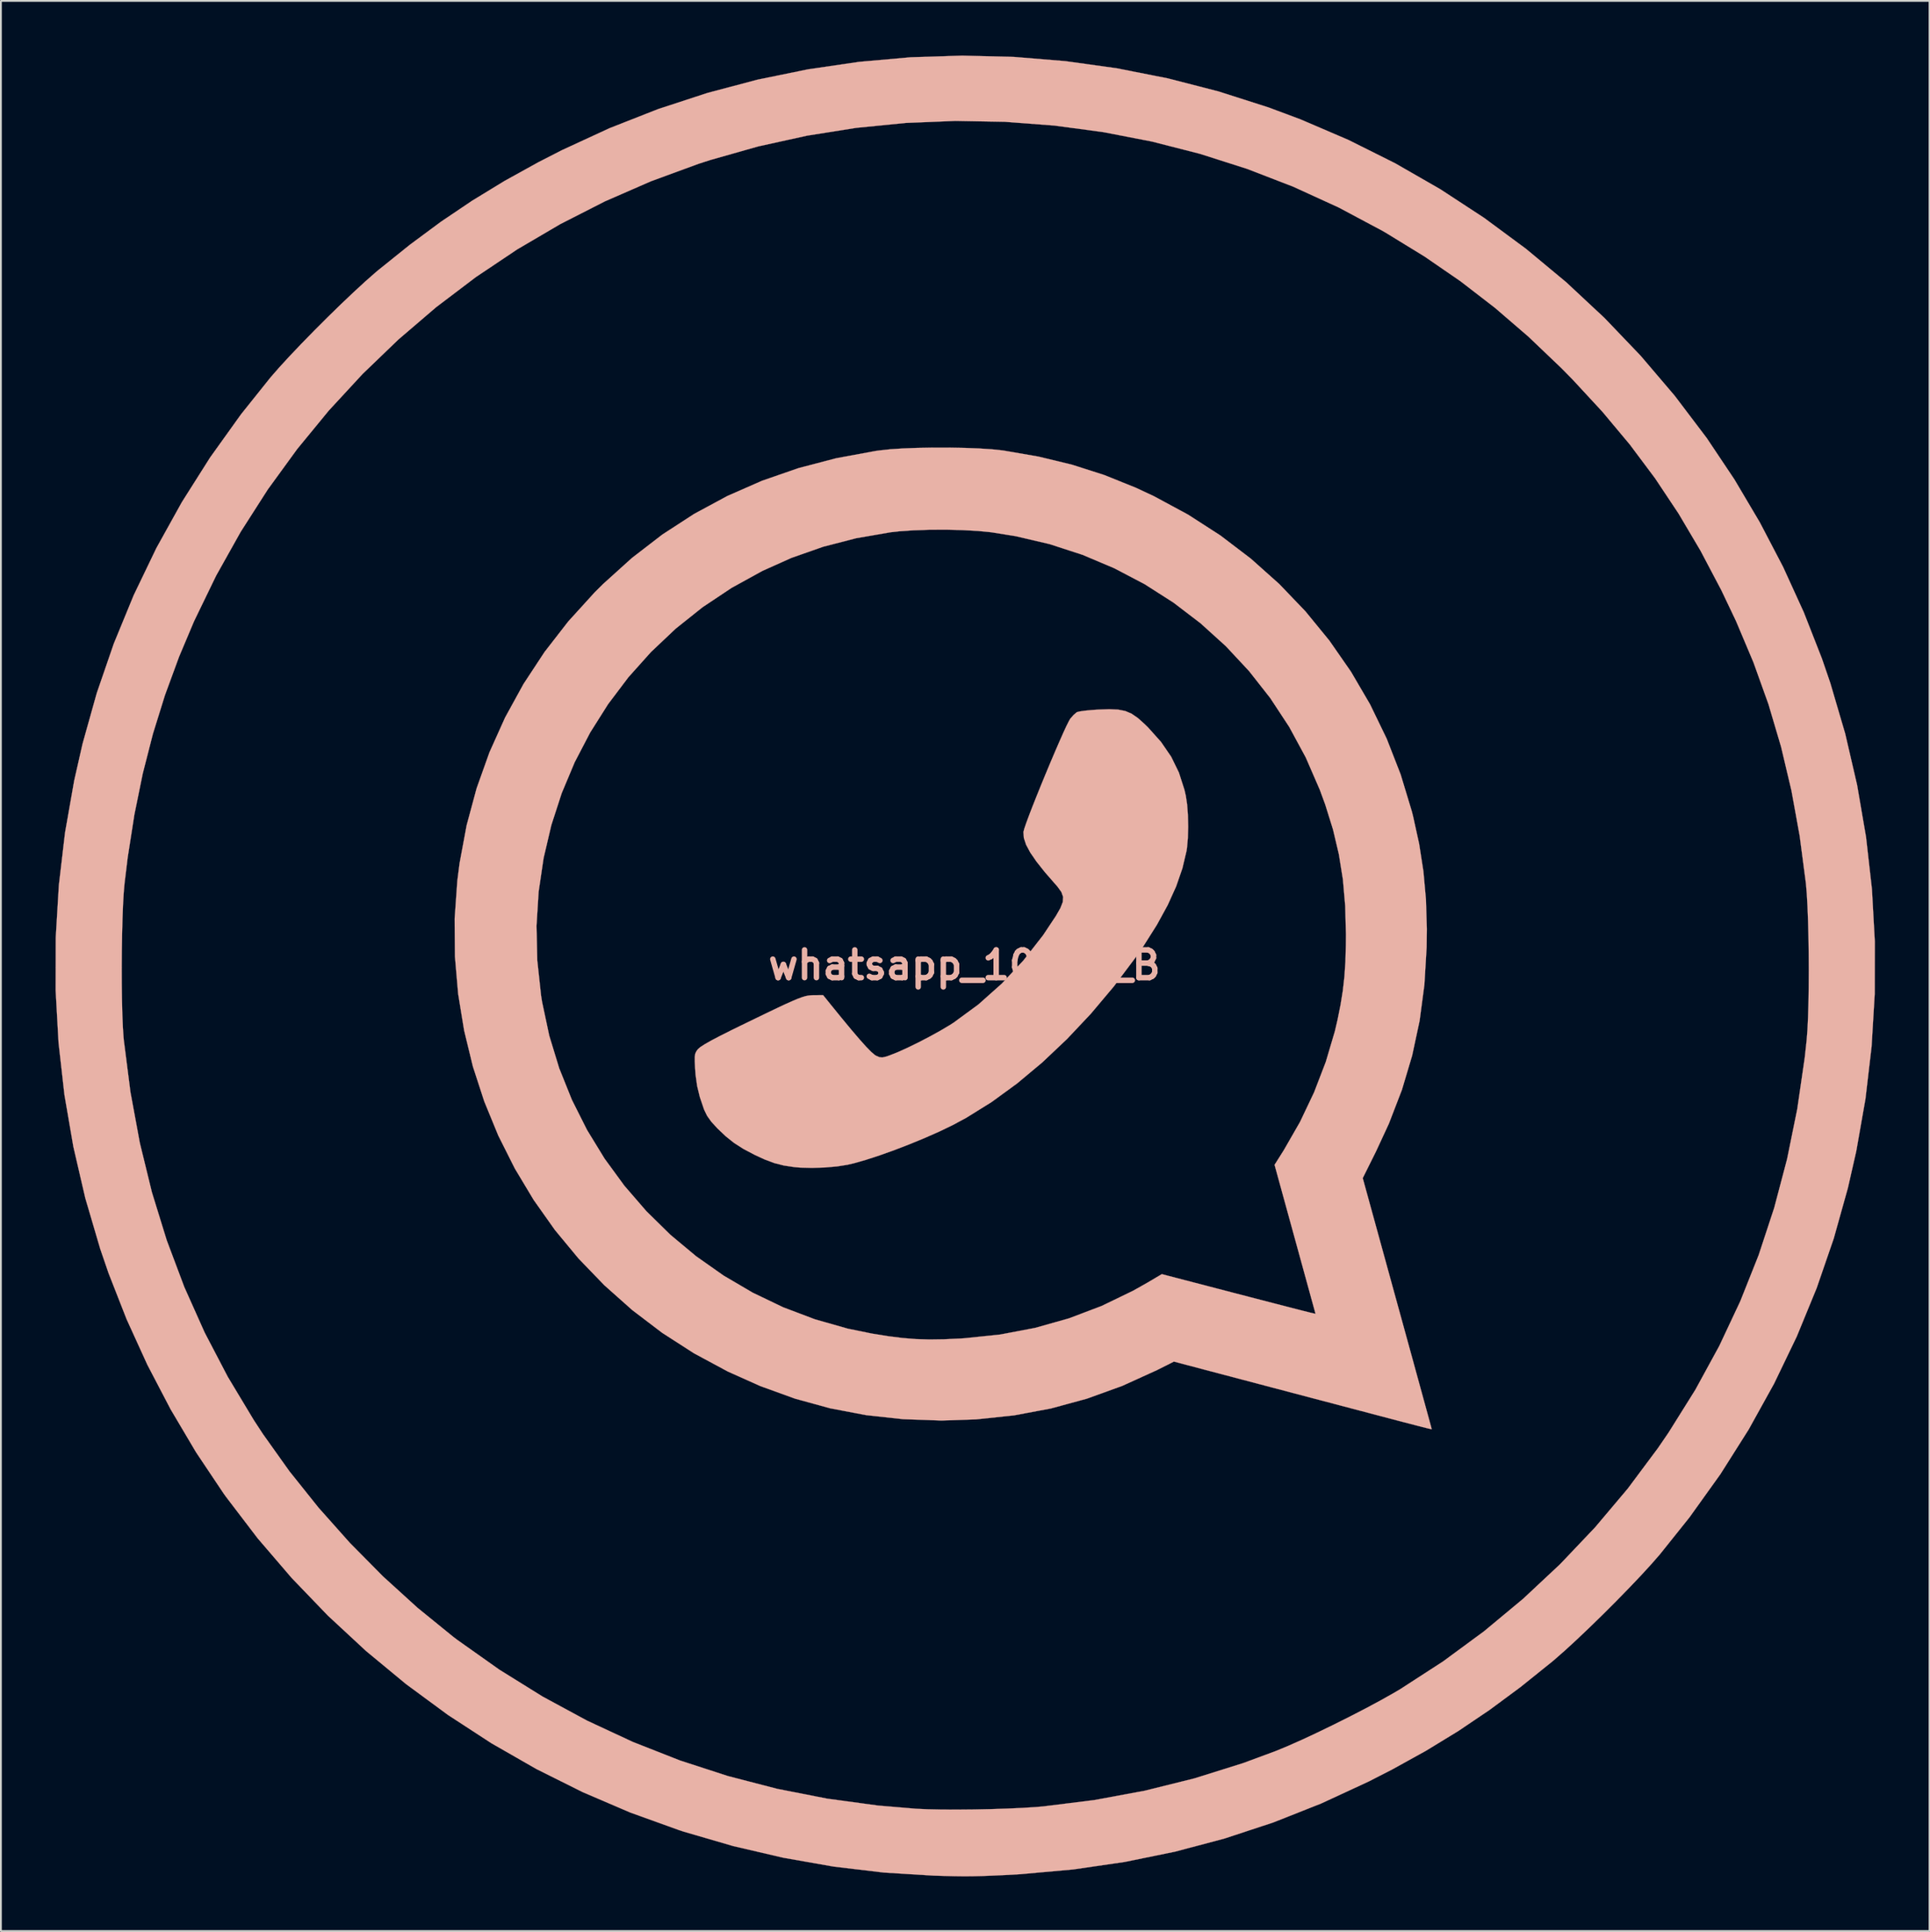
<source format=kicad_pcb>
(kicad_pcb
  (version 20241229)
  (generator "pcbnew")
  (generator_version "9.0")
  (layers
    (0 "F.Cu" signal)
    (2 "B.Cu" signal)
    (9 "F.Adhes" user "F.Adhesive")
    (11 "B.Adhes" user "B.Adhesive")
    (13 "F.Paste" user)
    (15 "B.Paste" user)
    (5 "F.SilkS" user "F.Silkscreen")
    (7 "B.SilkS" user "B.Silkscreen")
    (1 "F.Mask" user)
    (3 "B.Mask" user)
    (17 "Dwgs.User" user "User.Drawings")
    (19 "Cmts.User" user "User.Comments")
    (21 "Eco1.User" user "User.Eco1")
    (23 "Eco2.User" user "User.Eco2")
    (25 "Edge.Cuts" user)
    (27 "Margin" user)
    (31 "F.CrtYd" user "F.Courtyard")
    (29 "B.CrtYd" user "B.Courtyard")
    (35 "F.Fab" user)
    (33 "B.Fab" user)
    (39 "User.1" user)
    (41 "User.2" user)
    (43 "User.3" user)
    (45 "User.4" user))
  (footprint "whatsapp_10x10_B"
    (layer "F.Cu")
    (at 49.905 49.926)
    (property "Reference" "whatsapp_10x10_B" (at 0 0 0) (layer "B.SilkS") (effects (font (size 1.524 1.524) (thickness 0.3))))
    (attr through_hole)
    (fp_poly (pts (xy 8.436 -14.024) (xy 8.83 -13.947) (xy 9.176 -13.799) (xy 9.516 -13.566) (xy 9.888 -13.233) (xy 10.081 -13.045) (xy 10.792 -12.25) (xy 11.351 -11.435) (xy 11.774 -10.568) (xy 12.078 -9.621) (xy 12.154 -9.292) (xy 12.226 -8.811) (xy 12.269 -8.223) (xy 12.283 -7.592) (xy 12.266 -6.977) (xy 12.219 -6.441) (xy 12.192 -6.264) (xy 11.964 -5.304) (xy 11.622 -4.318) (xy 11.158 -3.293) (xy 10.567 -2.213) (xy 9.842 -1.066) (xy 9.386 -0.406) (xy 8.199 1.174) (xy 6.942 2.667) (xy 5.629 4.06) (xy 4.273 5.342) (xy 2.888 6.499) (xy 1.488 7.519) (xy 0.086 8.39) (xy -0.658 8.789) (xy -1.372 9.133) (xy -2.164 9.483) (xy -2.998 9.827) (xy -3.84 10.152) (xy -4.656 10.444) (xy -5.412 10.691) (xy -6.073 10.879) (xy -6.421 10.961) (xy -6.996 11.052) (xy -7.668 11.11) (xy -8.366 11.132) (xy -9.022 11.116) (xy -9.346 11.088) (xy -9.917 11.002) (xy -10.438 10.869) (xy -10.972 10.67) (xy -11.531 10.411) (xy -12.142 10.088) (xy -12.648 9.764) (xy -13.109 9.397) (xy -13.558 8.97) (xy -13.897 8.601) (xy -14.13 8.275) (xy -14.291 7.944) (xy -14.305 7.907) (xy -14.53 7.243) (xy -14.677 6.639) (xy -14.764 6.016) (xy -14.789 5.673) (xy -14.808 5.292) (xy -14.808 5.038) (xy -14.783 4.868) (xy -14.725 4.74) (xy -14.639 4.62) (xy -14.51 4.506) (xy -14.267 4.348) (xy -13.901 4.14) (xy -13.403 3.879) (xy -12.764 3.558) (xy -12.322 3.342) (xy -11.503 2.944) (xy -10.821 2.614) (xy -10.26 2.346) (xy -9.805 2.133) (xy -9.44 1.97) (xy -9.151 1.848) (xy -8.922 1.763) (xy -8.738 1.707) (xy -8.582 1.675) (xy -8.441 1.659) (xy -8.297 1.654) (xy -8.262 1.654) (xy -7.76 1.651) (xy -7.385 2.117) (xy -6.749 2.9) (xy -6.209 3.552) (xy -5.761 4.076) (xy -5.401 4.478) (xy -5.124 4.761) (xy -4.927 4.931) (xy -4.851 4.978) (xy -4.67 5.054) (xy -4.517 5.071) (xy -4.323 5.029) (xy -4.122 4.962) (xy -3.675 4.786) (xy -3.127 4.539) (xy -2.523 4.244) (xy -1.904 3.922) (xy -1.314 3.596) (xy -0.794 3.287) (xy -0.593 3.158) (xy 0.769 2.159) (xy 2.049 1.018) (xy 3.236 -0.253) (xy 4.319 -1.641) (xy 5.027 -2.707) (xy 5.268 -3.13) (xy 5.398 -3.463) (xy 5.417 -3.743) (xy 5.322 -4.009) (xy 5.115 -4.298) (xy 5.011 -4.417) (xy 4.421 -5.094) (xy 3.957 -5.678) (xy 3.613 -6.179) (xy 3.383 -6.608) (xy 3.261 -6.977) (xy 3.238 -7.295) (xy 3.24 -7.315) (xy 3.283 -7.481) (xy 3.385 -7.78) (xy 3.536 -8.189) (xy 3.727 -8.686) (xy 3.95 -9.247) (xy 4.194 -9.852) (xy 4.451 -10.477) (xy 4.711 -11.099) (xy 4.965 -11.697) (xy 5.204 -12.248) (xy 5.417 -12.73) (xy 5.597 -13.12) (xy 5.734 -13.395) (xy 5.81 -13.524) (xy 5.985 -13.724) (xy 6.152 -13.868) (xy 6.179 -13.885) (xy 6.325 -13.923) (xy 6.599 -13.963) (xy 6.963 -13.999) (xy 7.347 -14.025) (xy 7.955 -14.046) (xy 8.436 -14.024)) (stroke (width 0.01) (type solid)) (fill yes) (layer "B.SilkS"))
    (fp_poly (pts (xy -0.859 -28.405) (xy -0.002 -28.39) (xy 0.8 -28.359) (xy 1.511 -28.313) (xy 2.092 -28.251) (xy 2.117 -28.248) (xy 4.062 -27.913) (xy 5.904 -27.468) (xy 7.675 -26.901) (xy 9.41 -26.203) (xy 10.398 -25.741) (xy 12.279 -24.726) (xy 14.057 -23.58) (xy 15.727 -22.308) (xy 17.283 -20.919) (xy 18.722 -19.417) (xy 20.036 -17.811) (xy 21.221 -16.106) (xy 22.272 -14.309) (xy 23.183 -12.427) (xy 23.949 -10.465) (xy 24.565 -8.432) (xy 24.631 -8.17) (xy 24.965 -6.652) (xy 25.199 -5.144) (xy 25.338 -3.602) (xy 25.387 -1.983) (xy 25.375 -0.976) (xy 25.253 1.078) (xy 24.991 3.051) (xy 24.581 4.966) (xy 24.02 6.844) (xy 23.302 8.706) (xy 22.596 10.228) (xy 21.867 11.693) (xy 23.759 18.568) (xy 24.047 19.612) (xy 24.321 20.609) (xy 24.579 21.545) (xy 24.816 22.41) (xy 25.031 23.192) (xy 25.219 23.878) (xy 25.378 24.456) (xy 25.504 24.915) (xy 25.593 25.242) (xy 25.643 25.426) (xy 25.653 25.463) (xy 25.653 25.469) (xy 25.645 25.473) (xy 25.62 25.47) (xy 25.567 25.46) (xy 25.477 25.44) (xy 25.338 25.406) (xy 25.142 25.356) (xy 24.877 25.288) (xy 24.534 25.199) (xy 24.102 25.087) (xy 23.572 24.948) (xy 22.934 24.78) (xy 22.176 24.58) (xy 21.29 24.347) (xy 20.265 24.076) (xy 19.09 23.767) (xy 18.513 23.615) (xy 11.5 21.765) (xy 10.566 22.234) (xy 8.662 23.099) (xy 6.723 23.8) (xy 4.744 24.339) (xy 2.718 24.718) (xy 0.638 24.937) (xy -1.27 25) (xy -3.372 24.926) (xy -5.402 24.704) (xy -7.376 24.329) (xy -9.307 23.798) (xy -11.212 23.108) (xy -12.996 22.309) (xy -14.851 21.31) (xy -16.602 20.183) (xy -18.244 18.934) (xy -19.775 17.573) (xy -21.189 16.107) (xy -22.483 14.545) (xy -23.651 12.894) (xy -24.69 11.162) (xy -25.596 9.358) (xy -26.364 7.489) (xy -26.991 5.564) (xy -27.471 3.59) (xy -27.8 1.576) (xy -27.976 -0.471) (xy -27.989 -2.152) (xy -23.498 -2.152) (xy -23.455 -0.251) (xy -23.248 1.665) (xy -23.192 2.018) (xy -22.799 3.87) (xy -22.251 5.664) (xy -21.556 7.394) (xy -20.723 9.051) (xy -19.758 10.628) (xy -18.669 12.117) (xy -17.463 13.511) (xy -16.149 14.802) (xy -14.734 15.982) (xy -13.225 17.044) (xy -11.63 17.98) (xy -9.956 18.783) (xy -8.211 19.444) (xy -6.403 19.958) (xy -5.08 20.228) (xy -4.199 20.37) (xy -3.415 20.469) (xy -2.676 20.529) (xy -1.932 20.552) (xy -1.134 20.541) (xy -0.23 20.499) (xy -0.007 20.485) (xy 1.969 20.279) (xy 3.885 19.914) (xy 5.74 19.391) (xy 7.534 18.711) (xy 9.269 17.871) (xy 10.054 17.428) (xy 10.836 16.965) (xy 14.806 17.999) (xy 15.606 18.207) (xy 16.362 18.403) (xy 17.057 18.583) (xy 17.674 18.742) (xy 18.197 18.877) (xy 18.607 18.982) (xy 18.889 19.053) (xy 19.024 19.087) (xy 19.026 19.087) (xy 19.276 19.142) (xy 18.152 15.053) (xy 17.027 10.964) (xy 17.534 10.16) (xy 18.423 8.613) (xy 19.196 6.987) (xy 19.838 5.318) (xy 20.336 3.64) (xy 20.484 3.006) (xy 20.651 2.175) (xy 20.775 1.4) (xy 20.862 0.633) (xy 20.916 -0.174) (xy 20.941 -1.071) (xy 20.946 -1.693) (xy 20.905 -3.25) (xy 20.779 -4.698) (xy 20.558 -6.08) (xy 20.237 -7.439) (xy 19.807 -8.816) (xy 19.51 -9.625) (xy 18.74 -11.396) (xy 17.831 -13.075) (xy 16.79 -14.658) (xy 15.627 -16.138) (xy 14.348 -17.509) (xy 12.96 -18.765) (xy 11.473 -19.9) (xy 9.894 -20.908) (xy 8.229 -21.782) (xy 6.489 -22.518) (xy 4.679 -23.107) (xy 2.807 -23.545) (xy 1.474 -23.758) (xy 0.742 -23.83) (xy -0.101 -23.877) (xy -1.004 -23.899) (xy -1.921 -23.895) (xy -2.801 -23.865) (xy -3.595 -23.81) (xy -4.064 -23.758) (xy -5.956 -23.43) (xy -7.76 -22.964) (xy -9.494 -22.355) (xy -11.091 -21.64) (xy -12.787 -20.706) (xy -14.376 -19.647) (xy -15.852 -18.471) (xy -17.212 -17.186) (xy -18.451 -15.802) (xy -19.565 -14.327) (xy -20.55 -12.768) (xy -21.401 -11.136) (xy -22.114 -9.437) (xy -22.684 -7.681) (xy -23.108 -5.875) (xy -23.381 -4.03) (xy -23.498 -2.152) (xy -27.989 -2.152) (xy -27.992 -2.542) (xy -27.845 -4.629) (xy -27.723 -5.58) (xy -27.334 -7.671) (xy -26.785 -9.706) (xy -26.08 -11.681) (xy -25.222 -13.589) (xy -24.213 -15.426) (xy -23.056 -17.186) (xy -21.754 -18.863) (xy -20.309 -20.453) (xy -19.841 -20.919) (xy -18.255 -22.35) (xy -16.59 -23.632) (xy -14.845 -24.765) (xy -13.019 -25.75) (xy -11.111 -26.587) (xy -9.119 -27.278) (xy -7.043 -27.822) (xy -4.881 -28.22) (xy -4.657 -28.252) (xy -4.086 -28.314) (xy -3.383 -28.36) (xy -2.586 -28.39) (xy -1.732 -28.405) (xy -0.859 -28.405)) (stroke (width 0.01) (type solid)) (fill yes) (layer "B.SilkS"))
    (fp_poly (pts (xy 2.713 -49.851) (xy 5.546 -49.619) (xy 8.366 -49.227) (xy 11.168 -48.673) (xy 13.945 -47.958) (xy 16.688 -47.081) (xy 18.45 -46.424) (xy 21.086 -45.293) (xy 23.649 -44.012) (xy 26.132 -42.586) (xy 28.528 -41.019) (xy 30.832 -39.317) (xy 33.038 -37.484) (xy 35.137 -35.526) (xy 37.125 -33.448) (xy 38.994 -31.255) (xy 40.739 -28.952) (xy 40.766 -28.914) (xy 42.273 -26.661) (xy 43.671 -24.3) (xy 44.947 -21.856) (xy 46.088 -19.356) (xy 47.08 -16.825) (xy 47.538 -15.49) (xy 48.357 -12.705) (xy 49.011 -9.886) (xy 49.5 -7.04) (xy 49.825 -4.174) (xy 49.984 -1.294) (xy 49.978 1.591) (xy 49.806 4.476) (xy 49.469 7.352) (xy 48.965 10.214) (xy 48.506 12.231) (xy 47.729 15.007) (xy 46.792 17.727) (xy 45.7 20.384) (xy 44.452 22.976) (xy 43.053 25.499) (xy 41.503 27.948) (xy 39.804 30.319) (xy 38.185 32.343) (xy 37.711 32.886) (xy 37.136 33.513) (xy 36.483 34.199) (xy 35.781 34.918) (xy 35.053 35.645) (xy 34.326 36.354) (xy 33.626 37.019) (xy 32.978 37.615) (xy 32.407 38.116) (xy 32.258 38.242) (xy 30.531 39.629) (xy 28.83 40.887) (xy 27.115 42.044) (xy 25.344 43.125) (xy 23.476 44.158) (xy 22.183 44.82) (xy 19.59 46.02) (xy 16.963 47.06) (xy 14.294 47.94) (xy 11.576 48.663) (xy 8.802 49.23) (xy 5.966 49.643) (xy 3.061 49.903) (xy 2.201 49.95) (xy 1.515 49.982) (xy 0.947 50.003) (xy 0.447 50.015) (xy -0.035 50.018) (xy -0.548 50.012) (xy -1.141 49.997) (xy -1.693 49.981) (xy -4.431 49.813) (xy -7.191 49.484) (xy -9.954 48.998) (xy -12.701 48.358) (xy -15.413 47.568) (xy -15.663 47.486) (xy -18.342 46.521) (xy -20.958 45.4) (xy -23.504 44.13) (xy -25.973 42.715) (xy -28.36 41.16) (xy -30.656 39.471) (xy -32.856 37.652) (xy -34.953 35.707) (xy -36.939 33.643) (xy -38.808 31.465) (xy -40.554 29.176) (xy -40.681 28.998) (xy -42.188 26.746) (xy -43.586 24.385) (xy -44.863 21.941) (xy -46.003 19.44) (xy -46.995 16.91) (xy -47.453 15.574) (xy -48.272 12.79) (xy -48.926 9.971) (xy -49.416 7.125) (xy -49.74 4.258) (xy -49.9 1.379) (xy -49.897 0.144) (xy -46.272 0.144) (xy -46.269 1.052) (xy -46.258 1.92) (xy -46.238 2.717) (xy -46.209 3.412) (xy -46.171 3.977) (xy -46.159 4.106) (xy -45.792 6.976) (xy -45.277 9.764) (xy -44.614 12.473) (xy -43.8 15.108) (xy -42.836 17.672) (xy -41.719 20.169) (xy -40.448 22.602) (xy -39.021 24.975) (xy -38.521 25.739) (xy -37.065 27.784) (xy -35.465 29.785) (xy -33.745 31.717) (xy -31.926 33.556) (xy -30.031 35.279) (xy -28.083 36.862) (xy -27.835 37.05) (xy -25.535 38.678) (xy -23.16 40.154) (xy -20.715 41.477) (xy -18.201 42.646) (xy -15.623 43.66) (xy -12.985 44.517) (xy -10.289 45.216) (xy -7.539 45.756) (xy -4.739 46.136) (xy -2.648 46.312) (xy -2.013 46.34) (xy -1.248 46.356) (xy -0.391 46.359) (xy 0.52 46.351) (xy 1.447 46.332) (xy 2.351 46.302) (xy 3.194 46.264) (xy 3.937 46.217) (xy 4.318 46.184) (xy 7.13 45.834) (xy 9.896 45.322) (xy 12.619 44.646) (xy 15.299 43.806) (xy 17.109 43.136) (xy 17.77 42.862) (xy 18.543 42.519) (xy 19.392 42.122) (xy 20.283 41.69) (xy 21.182 41.24) (xy 22.054 40.789) (xy 22.864 40.354) (xy 23.58 39.951) (xy 23.94 39.738) (xy 26.28 38.223) (xy 28.527 36.57) (xy 30.671 34.788) (xy 32.707 32.884) (xy 34.624 30.866) (xy 36.417 28.741) (xy 38.076 26.516) (xy 38.665 25.654) (xy 40.132 23.309) (xy 41.443 20.908) (xy 42.6 18.446) (xy 43.606 15.92) (xy 44.46 13.325) (xy 45.166 10.654) (xy 45.725 7.905) (xy 46.138 5.072) (xy 46.243 4.106) (xy 46.285 3.562) (xy 46.318 2.878) (xy 46.341 2.087) (xy 46.354 1.218) (xy 46.359 0.302) (xy 46.354 -0.631) (xy 46.341 -1.55) (xy 46.319 -2.424) (xy 46.288 -3.224) (xy 46.249 -3.918) (xy 46.202 -4.477) (xy 46.201 -4.487) (xy 45.859 -7.088) (xy 45.407 -9.578) (xy 44.838 -11.979) (xy 44.146 -14.316) (xy 43.323 -16.61) (xy 42.363 -18.885) (xy 41.559 -20.574) (xy 40.413 -22.748) (xy 39.207 -24.787) (xy 37.921 -26.719) (xy 36.534 -28.573) (xy 35.026 -30.376) (xy 33.378 -32.157) (xy 32.772 -32.772) (xy 30.962 -34.499) (xy 29.126 -36.08) (xy 27.235 -37.538) (xy 25.257 -38.898) (xy 23.162 -40.182) (xy 22.945 -40.308) (xy 20.536 -41.592) (xy 18.058 -42.725) (xy 15.521 -43.705) (xy 12.931 -44.532) (xy 10.298 -45.205) (xy 7.631 -45.722) (xy 4.936 -46.084) (xy 2.223 -46.29) (xy -0.5 -46.338) (xy -3.225 -46.228) (xy -5.943 -45.958) (xy -8.646 -45.529) (xy -11.325 -44.939) (xy -13.973 -44.188) (xy -14.605 -43.983) (xy -17.211 -43.027) (xy -19.742 -41.923) (xy -22.192 -40.674) (xy -24.556 -39.287) (xy -26.829 -37.765) (xy -29.006 -36.115) (xy -31.08 -34.34) (xy -33.048 -32.447) (xy -34.902 -30.44) (xy -36.639 -28.325) (xy -38.253 -26.106) (xy -39.737 -23.788) (xy -41.088 -21.377) (xy -42.3 -18.877) (xy -43.123 -16.926) (xy -43.897 -14.82) (xy -44.559 -12.694) (xy -45.116 -10.52) (xy -45.575 -8.269) (xy -45.943 -5.915) (xy -46.117 -4.487) (xy -46.163 -3.963) (xy -46.201 -3.3) (xy -46.23 -2.527) (xy -46.252 -1.676) (xy -46.266 -0.776) (xy -46.272 0.144) (xy -49.897 0.144) (xy -49.894 -1.506) (xy -49.722 -4.391) (xy -49.384 -7.268) (xy -48.88 -10.13) (xy -48.422 -12.146) (xy -47.644 -14.923) (xy -46.708 -17.642) (xy -45.615 -20.3) (xy -44.368 -22.892) (xy -42.968 -25.414) (xy -41.418 -27.863) (xy -39.719 -30.235) (xy -38.101 -32.258) (xy -37.627 -32.801) (xy -37.051 -33.428) (xy -36.399 -34.114) (xy -35.696 -34.833) (xy -34.968 -35.56) (xy -34.242 -36.269) (xy -33.541 -36.934) (xy -32.893 -37.53) (xy -32.323 -38.032) (xy -32.173 -38.157) (xy -30.446 -39.544) (xy -28.746 -40.803) (xy -27.03 -41.959) (xy -25.259 -43.04) (xy -23.391 -44.073) (xy -22.098 -44.735) (xy -19.488 -45.939) (xy -16.825 -46.986) (xy -14.115 -47.873) (xy -11.366 -48.602) (xy -8.585 -49.171) (xy -5.78 -49.581) (xy -2.956 -49.831) (xy -0.123 -49.921) (xy 2.713 -49.851)) (stroke (width 0.01) (type solid)) (fill yes) (layer "B.SilkS")))
  (gr_rect
    (start -3 -3)
    (end 102.894 102.949)
    (stroke (width 0.1) (type default))
    (fill no)
    (layer "Edge.Cuts")))
</source>
